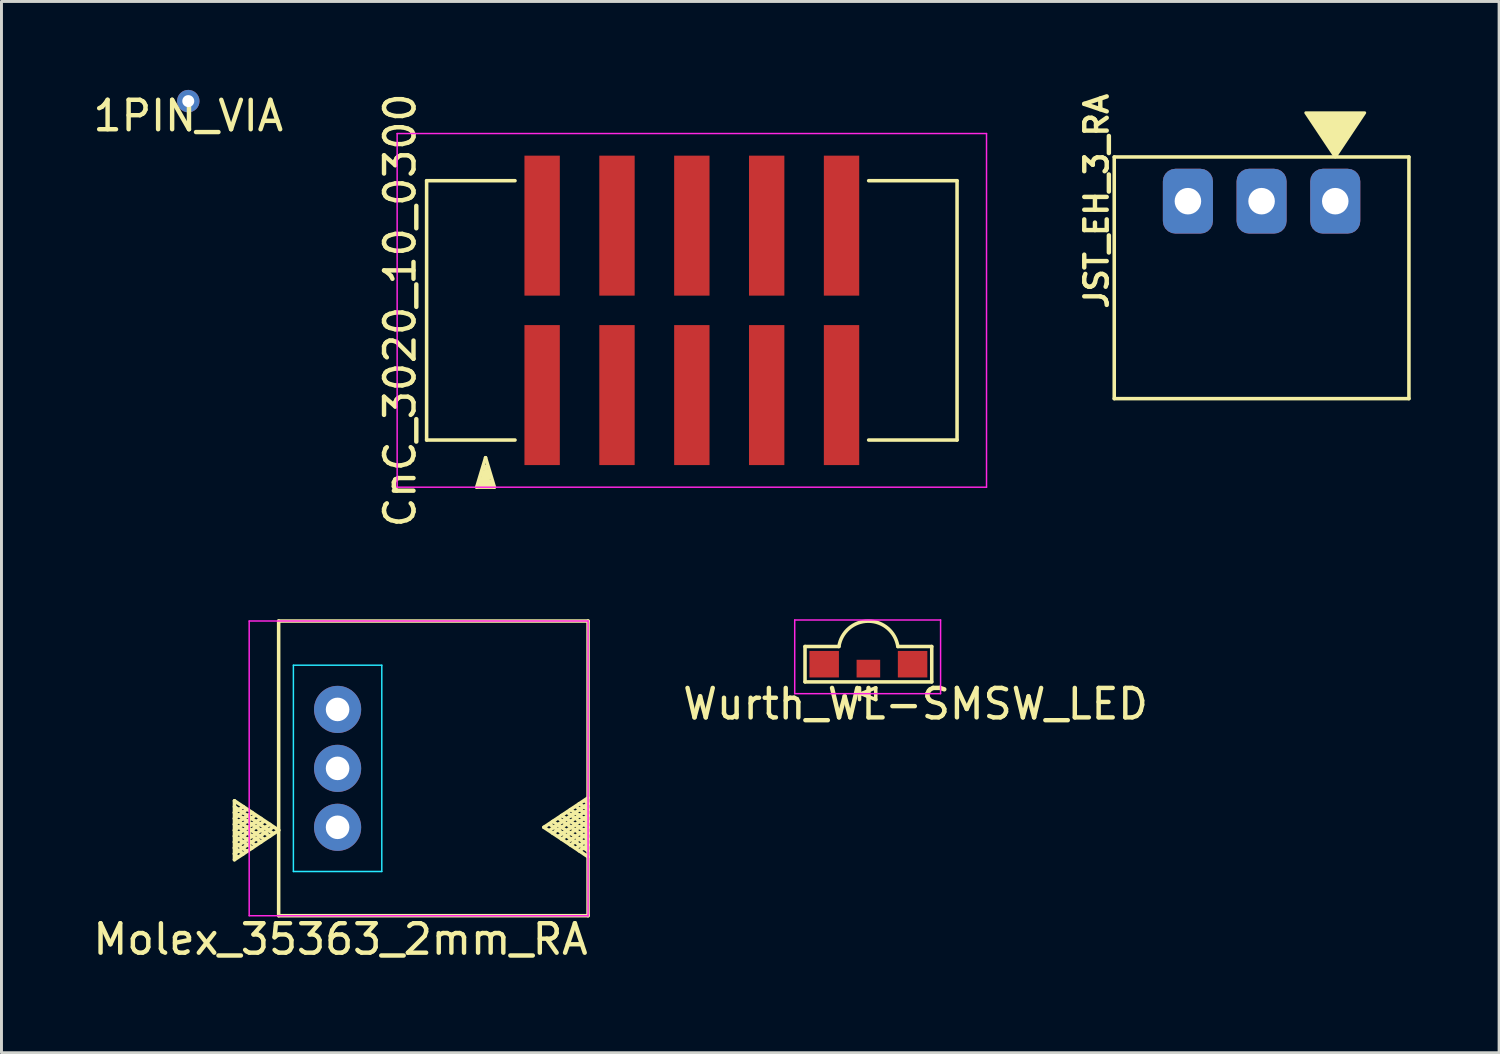
<source format=kicad_pcb>
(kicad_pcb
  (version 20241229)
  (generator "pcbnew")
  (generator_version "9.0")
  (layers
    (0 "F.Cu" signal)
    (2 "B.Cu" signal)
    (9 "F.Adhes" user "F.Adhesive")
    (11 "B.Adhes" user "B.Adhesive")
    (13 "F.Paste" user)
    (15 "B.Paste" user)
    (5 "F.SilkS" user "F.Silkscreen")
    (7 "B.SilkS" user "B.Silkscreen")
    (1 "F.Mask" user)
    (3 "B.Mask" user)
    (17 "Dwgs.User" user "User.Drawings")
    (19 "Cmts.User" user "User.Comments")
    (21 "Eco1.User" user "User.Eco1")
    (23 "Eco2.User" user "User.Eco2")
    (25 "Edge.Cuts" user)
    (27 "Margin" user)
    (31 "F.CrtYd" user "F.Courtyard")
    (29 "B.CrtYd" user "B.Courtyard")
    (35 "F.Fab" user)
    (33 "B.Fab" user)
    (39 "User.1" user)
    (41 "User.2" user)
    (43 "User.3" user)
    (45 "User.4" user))
  (footprint "CnC_3020_10_0300"
    (layer "F.Cu")
    (at 20.427 7.482)
    (property "Reference" "CnC_3020_10_0300" (at -9.9 0 90) (layer "F.SilkS") (effects (font (size 1 1) (thickness 0.15))))
    (attr through_hole)
    (fp_line (start -9 -4.4) (end -9 4.4) (stroke (width 0.12) (type solid)) (layer "F.SilkS"))
    (fp_line (start -9 4.4) (end -6 4.4) (stroke (width 0.12) (type solid)) (layer "F.SilkS"))
    (fp_line (start -7.3 6) (end -6.7 6) (stroke (width 0.12) (type solid)) (layer "F.SilkS"))
    (fp_line (start -7.2 5.8) (end -7.1 5.7) (stroke (width 0.12) (type solid)) (layer "F.SilkS"))
    (fp_line (start -7.2 5.9) (end -6.8 5.9) (stroke (width 0.12) (type solid)) (layer "F.SilkS"))
    (fp_line (start -7.1 5.5) (end -7 5.5) (stroke (width 0.12) (type solid)) (layer "F.SilkS"))
    (fp_line (start -7.1 5.6) (end -7.1 5.5) (stroke (width 0.12) (type solid)) (layer "F.SilkS"))
    (fp_line (start -7.1 5.7) (end -6.9 5.7) (stroke (width 0.12) (type solid)) (layer "F.SilkS"))
    (fp_line (start -7 5) (end -7.3 6) (stroke (width 0.12) (type solid)) (layer "F.SilkS"))
    (fp_line (start -7 5.3) (end -7.1 5.4) (stroke (width 0.12) (type solid)) (layer "F.SilkS"))
    (fp_line (start -7 5.4) (end -7 5.3) (stroke (width 0.12) (type solid)) (layer "F.SilkS"))
    (fp_line (start -7 5.5) (end -6.9 5.5) (stroke (width 0.12) (type solid)) (layer "F.SilkS"))
    (fp_line (start -6.9 5.5) (end -7 5.4) (stroke (width 0.12) (type solid)) (layer "F.SilkS"))
    (fp_line (start -6.9 5.6) (end -7.1 5.6) (stroke (width 0.12) (type solid)) (layer "F.SilkS"))
    (fp_line (start -6.9 5.7) (end -6.9 5.6) (stroke (width 0.12) (type solid)) (layer "F.SilkS"))
    (fp_line (start -6.8 5.8) (end -7.2 5.8) (stroke (width 0.12) (type solid)) (layer "F.SilkS"))
    (fp_line (start -6.8 5.9) (end -6.8 5.8) (stroke (width 0.12) (type solid)) (layer "F.SilkS"))
    (fp_line (start -6.7 6) (end -7 5) (stroke (width 0.12) (type solid)) (layer "F.SilkS"))
    (fp_line (start -6 -4.4) (end -9 -4.4) (stroke (width 0.12) (type solid)) (layer "F.SilkS"))
    (fp_line (start 6 -4.4) (end 9 -4.4) (stroke (width 0.12) (type solid)) (layer "F.SilkS"))
    (fp_line (start 9 -4.4) (end 9 4.4) (stroke (width 0.12) (type solid)) (layer "F.SilkS"))
    (fp_line (start 9 4.4) (end 6 4.4) (stroke (width 0.12) (type solid)) (layer "F.SilkS"))
    (fp_line (start -10 -6) (end 10 -6) (stroke (width 0.05) (type solid)) (layer "F.CrtYd"))
    (fp_line (start -10 6) (end -10 -6) (stroke (width 0.05) (type solid)) (layer "F.CrtYd"))
    (fp_line (start 10 -6) (end 10 6) (stroke (width 0.05) (type solid)) (layer "F.CrtYd"))
    (fp_line (start 10 6) (end -10 6) (stroke (width 0.05) (type solid)) (layer "F.CrtYd"))
    (pad "1" smd rect (at -5.08 2.875) (size 1.2 4.75) (layers "F.Cu" "F.Mask" "F.Paste"))
    (pad "2" smd rect (at -5.08 -2.875) (size 1.2 4.75) (layers "F.Cu" "F.Mask" "F.Paste"))
    (pad "3" smd rect (at -2.54 2.875) (size 1.2 4.75) (layers "F.Cu" "F.Mask" "F.Paste"))
    (pad "4" smd rect (at -2.54 -2.875) (size 1.2 4.75) (layers "F.Cu" "F.Mask" "F.Paste"))
    (pad "5" smd rect (at 0 2.875) (size 1.2 4.75) (layers "F.Cu" "F.Mask" "F.Paste"))
    (pad "6" smd rect (at 0 -2.875) (size 1.2 4.75) (layers "F.Cu" "F.Mask" "F.Paste"))
    (pad "7" smd rect (at 2.54 2.875) (size 1.2 4.75) (layers "F.Cu" "F.Mask" "F.Paste"))
    (pad "8" smd rect (at 2.54 -2.875) (size 1.2 4.75) (layers "F.Cu" "F.Mask" "F.Paste"))
    (pad "9" smd rect (at 5.08 2.875) (size 1.2 4.75) (layers "F.Cu" "F.Mask" "F.Paste"))
    (pad "10" smd rect (at 5.08 -2.875) (size 1.2 4.75) (layers "F.Cu" "F.Mask" "F.Paste")))
  (footprint "Molex_35363_2mm_RA"
    (layer "F.Cu")
    (at 8.406 23.024)
    (property "Reference" "Molex_35363_2mm_RA" (at 0.1 5.8 0) (layer "F.SilkS") (effects (font (size 1 1) (thickness 0.15))))
    (attr through_hole)
    (fp_line (start -3.5 1.1) (end -3.5 3.1) (stroke (width 0.12) (type solid)) (layer "F.SilkS"))
    (fp_line (start -3.5 1.7) (end -3.1 1.4) (stroke (width 0.12) (type solid)) (layer "F.SilkS"))
    (fp_line (start -3.5 2.1) (end -2.8 1.6) (stroke (width 0.12) (type solid)) (layer "F.SilkS"))
    (fp_line (start -3.5 2.5) (end -2.5 1.8) (stroke (width 0.12) (type solid)) (layer "F.SilkS"))
    (fp_line (start -3.5 2.9) (end -2.2 2) (stroke (width 0.12) (type solid)) (layer "F.SilkS"))
    (fp_line (start -3.5 3.1) (end -2 2.1) (stroke (width 0.12) (type solid)) (layer "F.SilkS"))
    (fp_line (start -3.4 3) (end -3.5 2.9) (stroke (width 0.12) (type solid)) (layer "F.SilkS"))
    (fp_line (start -3.2 1.3) (end -3.5 1.5) (stroke (width 0.12) (type solid)) (layer "F.SilkS"))
    (fp_line (start -3.2 2.9) (end -3.5 2.7) (stroke (width 0.12) (type solid)) (layer "F.SilkS"))
    (fp_line (start -3.1 2.8) (end -3.5 2.5) (stroke (width 0.12) (type solid)) (layer "F.SilkS"))
    (fp_line (start -2.9 1.5) (end -3.5 1.9) (stroke (width 0.12) (type solid)) (layer "F.SilkS"))
    (fp_line (start -2.9 2.7) (end -3.5 2.3) (stroke (width 0.12) (type solid)) (layer "F.SilkS"))
    (fp_line (start -2.8 2.6) (end -3.5 2.1) (stroke (width 0.12) (type solid)) (layer "F.SilkS"))
    (fp_line (start -2.6 1.7) (end -3.5 2.3) (stroke (width 0.12) (type solid)) (layer "F.SilkS"))
    (fp_line (start -2.6 2.5) (end -3.5 1.9) (stroke (width 0.12) (type solid)) (layer "F.SilkS"))
    (fp_line (start -2.5 2.4) (end -3.5 1.7) (stroke (width 0.12) (type solid)) (layer "F.SilkS"))
    (fp_line (start -2.3 1.9) (end -3.5 2.7) (stroke (width 0.12) (type solid)) (layer "F.SilkS"))
    (fp_line (start -2.3 2.3) (end -3.5 1.5) (stroke (width 0.12) (type solid)) (layer "F.SilkS"))
    (fp_line (start -2.2 2.2) (end -3.5 1.3) (stroke (width 0.12) (type solid)) (layer "F.SilkS"))
    (fp_line (start -2 -5) (end -2 5) (stroke (width 0.12) (type solid)) (layer "F.SilkS"))
    (fp_line (start -2 2.1) (end -3.5 1.1) (stroke (width 0.12) (type solid)) (layer "F.SilkS"))
    (fp_line (start -2 5) (end 8.5 5) (stroke (width 0.12) (type solid)) (layer "F.SilkS"))
    (fp_line (start 7 2) (end 8.5 3) (stroke (width 0.12) (type solid)) (layer "F.SilkS"))
    (fp_line (start 7.2 1.9) (end 8.5 2.8) (stroke (width 0.12) (type solid)) (layer "F.SilkS"))
    (fp_line (start 7.3 1.8) (end 8.5 2.6) (stroke (width 0.12) (type solid)) (layer "F.SilkS"))
    (fp_line (start 7.3 2.2) (end 8.5 1.4) (stroke (width 0.12) (type solid)) (layer "F.SilkS"))
    (fp_line (start 7.5 1.7) (end 8.5 2.4) (stroke (width 0.12) (type solid)) (layer "F.SilkS"))
    (fp_line (start 7.6 1.6) (end 8.5 2.2) (stroke (width 0.12) (type solid)) (layer "F.SilkS"))
    (fp_line (start 7.6 2.4) (end 8.5 1.8) (stroke (width 0.12) (type solid)) (layer "F.SilkS"))
    (fp_line (start 7.8 1.5) (end 8.5 2) (stroke (width 0.12) (type solid)) (layer "F.SilkS"))
    (fp_line (start 7.9 1.4) (end 8.5 1.8) (stroke (width 0.12) (type solid)) (layer "F.SilkS"))
    (fp_line (start 7.9 2.6) (end 8.5 2.2) (stroke (width 0.12) (type solid)) (layer "F.SilkS"))
    (fp_line (start 8.1 1.3) (end 8.5 1.6) (stroke (width 0.12) (type solid)) (layer "F.SilkS"))
    (fp_line (start 8.2 1.2) (end 8.5 1.4) (stroke (width 0.12) (type solid)) (layer "F.SilkS"))
    (fp_line (start 8.2 2.8) (end 8.5 2.6) (stroke (width 0.12) (type solid)) (layer "F.SilkS"))
    (fp_line (start 8.4 1.1) (end 8.5 1.2) (stroke (width 0.12) (type solid)) (layer "F.SilkS"))
    (fp_line (start 8.5 -5) (end -2 -5) (stroke (width 0.12) (type solid)) (layer "F.SilkS"))
    (fp_line (start 8.5 -5) (end 8.5 5) (stroke (width 0.12) (type solid)) (layer "F.SilkS"))
    (fp_line (start 8.5 1) (end 7 2) (stroke (width 0.12) (type solid)) (layer "F.SilkS"))
    (fp_line (start 8.5 1.2) (end 7.2 2.1) (stroke (width 0.12) (type solid)) (layer "F.SilkS"))
    (fp_line (start 8.5 1.6) (end 7.5 2.3) (stroke (width 0.12) (type solid)) (layer "F.SilkS"))
    (fp_line (start 8.5 2) (end 7.8 2.5) (stroke (width 0.12) (type solid)) (layer "F.SilkS"))
    (fp_line (start 8.5 2.4) (end 8.1 2.7) (stroke (width 0.12) (type solid)) (layer "F.SilkS"))
    (fp_line (start -1.5 -3.5) (end 1.5 -3.5) (stroke (width 0.05) (type solid)) (layer "B.CrtYd"))
    (fp_line (start -1.5 3.5) (end -1.5 -3.5) (stroke (width 0.05) (type solid)) (layer "B.CrtYd"))
    (fp_line (start 1.5 -3.5) (end 1.5 3.5) (stroke (width 0.05) (type solid)) (layer "B.CrtYd"))
    (fp_line (start 1.5 3.5) (end -1.5 3.5) (stroke (width 0.05) (type solid)) (layer "B.CrtYd"))
    (fp_line (start -3 -5) (end 8.5 -5) (stroke (width 0.05) (type solid)) (layer "F.CrtYd"))
    (fp_line (start -3 5) (end -3 -5) (stroke (width 0.05) (type solid)) (layer "F.CrtYd"))
    (fp_line (start 8.5 -5) (end 8.5 5) (stroke (width 0.05) (type solid)) (layer "F.CrtYd"))
    (fp_line (start 8.5 5) (end -3 5) (stroke (width 0.05) (type solid)) (layer "F.CrtYd"))
    (pad "1" thru_hole circle (at 0 2) (size 1.6 1.6) (drill 0.8) (layers "*.Cu" "*.Mask"))
    (pad "2" thru_hole circle (at 0 0) (size 1.6 1.6) (drill 0.8) (layers "*.Cu" "*.Mask"))
    (pad "3" thru_hole circle (at 0 -2) (size 1.6 1.6) (drill 0.8) (layers "*.Cu" "*.Mask")))
  (footprint "1PIN_VIA"
    (layer "F.Cu")
    (at 3.339 0.381)
    (property "Reference" "1PIN_VIA" (at 0 0.5 0) (layer "F.SilkS") (effects (font (size 1 1) (thickness 0.15))))
    (attr through_hole)
    (pad "1" thru_hole circle (at 0 0) (size 0.762 0.762) (drill 0.406) (layers "*.Cu")))
  (footprint "Wurth_WL-SMSW_LED"
    (layer "F.Cu")
    (at 26.418 19.489)
    (property "Reference" "Wurth_WL-SMSW_LED" (at 1.6 1.35 0) (layer "F.SilkS") (effects (font (size 1 1) (thickness 0.15))))
    (attr through_hole)
    (fp_line (start -2.15 -0.6) (end -1 -0.6) (stroke (width 0.12) (type solid)) (layer "F.SilkS"))
    (fp_line (start -2.15 0.6) (end -2.15 -0.6) (stroke (width 0.12) (type solid)) (layer "F.SilkS"))
    (fp_line (start -0.3 0.8) (end -0.3 1.2) (stroke (width 0.12) (type solid)) (layer "F.SilkS"))
    (fp_line (start -0.25 1) (end 0.25 0.8) (stroke (width 0.12) (type solid)) (layer "F.SilkS"))
    (fp_line (start 0.25 0.8) (end 0.25 1.2) (stroke (width 0.12) (type solid)) (layer "F.SilkS"))
    (fp_line (start 0.25 1.2) (end -0.25 1) (stroke (width 0.12) (type solid)) (layer "F.SilkS"))
    (fp_line (start 1 -0.6) (end 2.15 -0.6) (stroke (width 0.12) (type solid)) (layer "F.SilkS"))
    (fp_line (start 2.15 -0.6) (end 2.15 0.6) (stroke (width 0.12) (type solid)) (layer "F.SilkS"))
    (fp_line (start 2.15 0.6) (end -2.15 0.6) (stroke (width 0.12) (type solid)) (layer "F.SilkS"))
    (fp_arc (start -1 -0.599999) (mid 0 -1.461187) (end 1 -0.6) (stroke (width 0.12) (type solid)) (layer "F.SilkS"))
    (fp_line (start -2.5 -1.5) (end 2.45 -1.5) (stroke (width 0.05) (type solid)) (layer "F.CrtYd"))
    (fp_line (start -2.5 1) (end -2.5 -1.5) (stroke (width 0.05) (type solid)) (layer "F.CrtYd"))
    (fp_line (start 2.45 -1.5) (end 2.45 1) (stroke (width 0.05) (type solid)) (layer "F.CrtYd"))
    (fp_line (start 2.45 1) (end -2.5 1) (stroke (width 0.05) (type solid)) (layer "F.CrtYd"))
    (pad "1" smd rect (at -1.5 0) (size 1 0.9) (layers "F.Cu" "F.Mask" "F.Paste"))
    (pad "2" smd rect (at 1.5 0) (size 1 0.9) (layers "F.Cu" "F.Mask" "F.Paste"))
    (pad "NC" smd rect (at 0 0.15) (size 0.8 0.6) (layers "F.Cu" "F.Mask" "F.Paste")))
  (footprint "JST_EH_3_RA"
    (layer "F.Cu")
    (at 39.761 3.777)
    (property "Reference" "JST_EH_3_RA" (at -5.6 0 90) (layer "F.SilkS") (effects (font (size 0.762 0.762) (thickness 0.15))))
    (attr through_hole)
    (fp_line (start -5 -1.5) (end 5 -1.5) (stroke (width 0.12) (type solid)) (layer "F.SilkS"))
    (fp_line (start -5 6.7) (end -5 -1.5) (stroke (width 0.12) (type solid)) (layer "F.SilkS"))
    (fp_line (start 5 -1.5) (end 5 6.7) (stroke (width 0.12) (type solid)) (layer "F.SilkS"))
    (fp_line (start 5 6.7) (end -5 6.7) (stroke (width 0.12) (type solid)) (layer "F.SilkS"))
    (fp_poly (pts (xy 2.5 -1.5) (xy 1.5 -3) (xy 3.5 -3)) (stroke (width 0.1) (type solid)) (fill yes) (layer "F.SilkS"))
    (pad "1" thru_hole roundrect (at 2.5 0) (size 1.7 2.2) (drill 0.9) (layers "*.Cu" "*.Mask") (roundrect_rratio 0.25))
    (pad "2" thru_hole roundrect (at 0 0) (size 1.7 2.2) (drill 0.9) (layers "*.Cu" "*.Mask") (roundrect_rratio 0.25))
    (pad "3" thru_hole roundrect (at -2.5 0) (size 1.7 2.2) (drill 0.9) (layers "*.Cu" "*.Mask") (roundrect_rratio 0.25)))
  (gr_rect
    (start -3 -3)
    (end 47.821 32.673)
    (stroke (width 0.1) (type default))
    (fill no)
    (layer "Edge.Cuts")))
</source>
